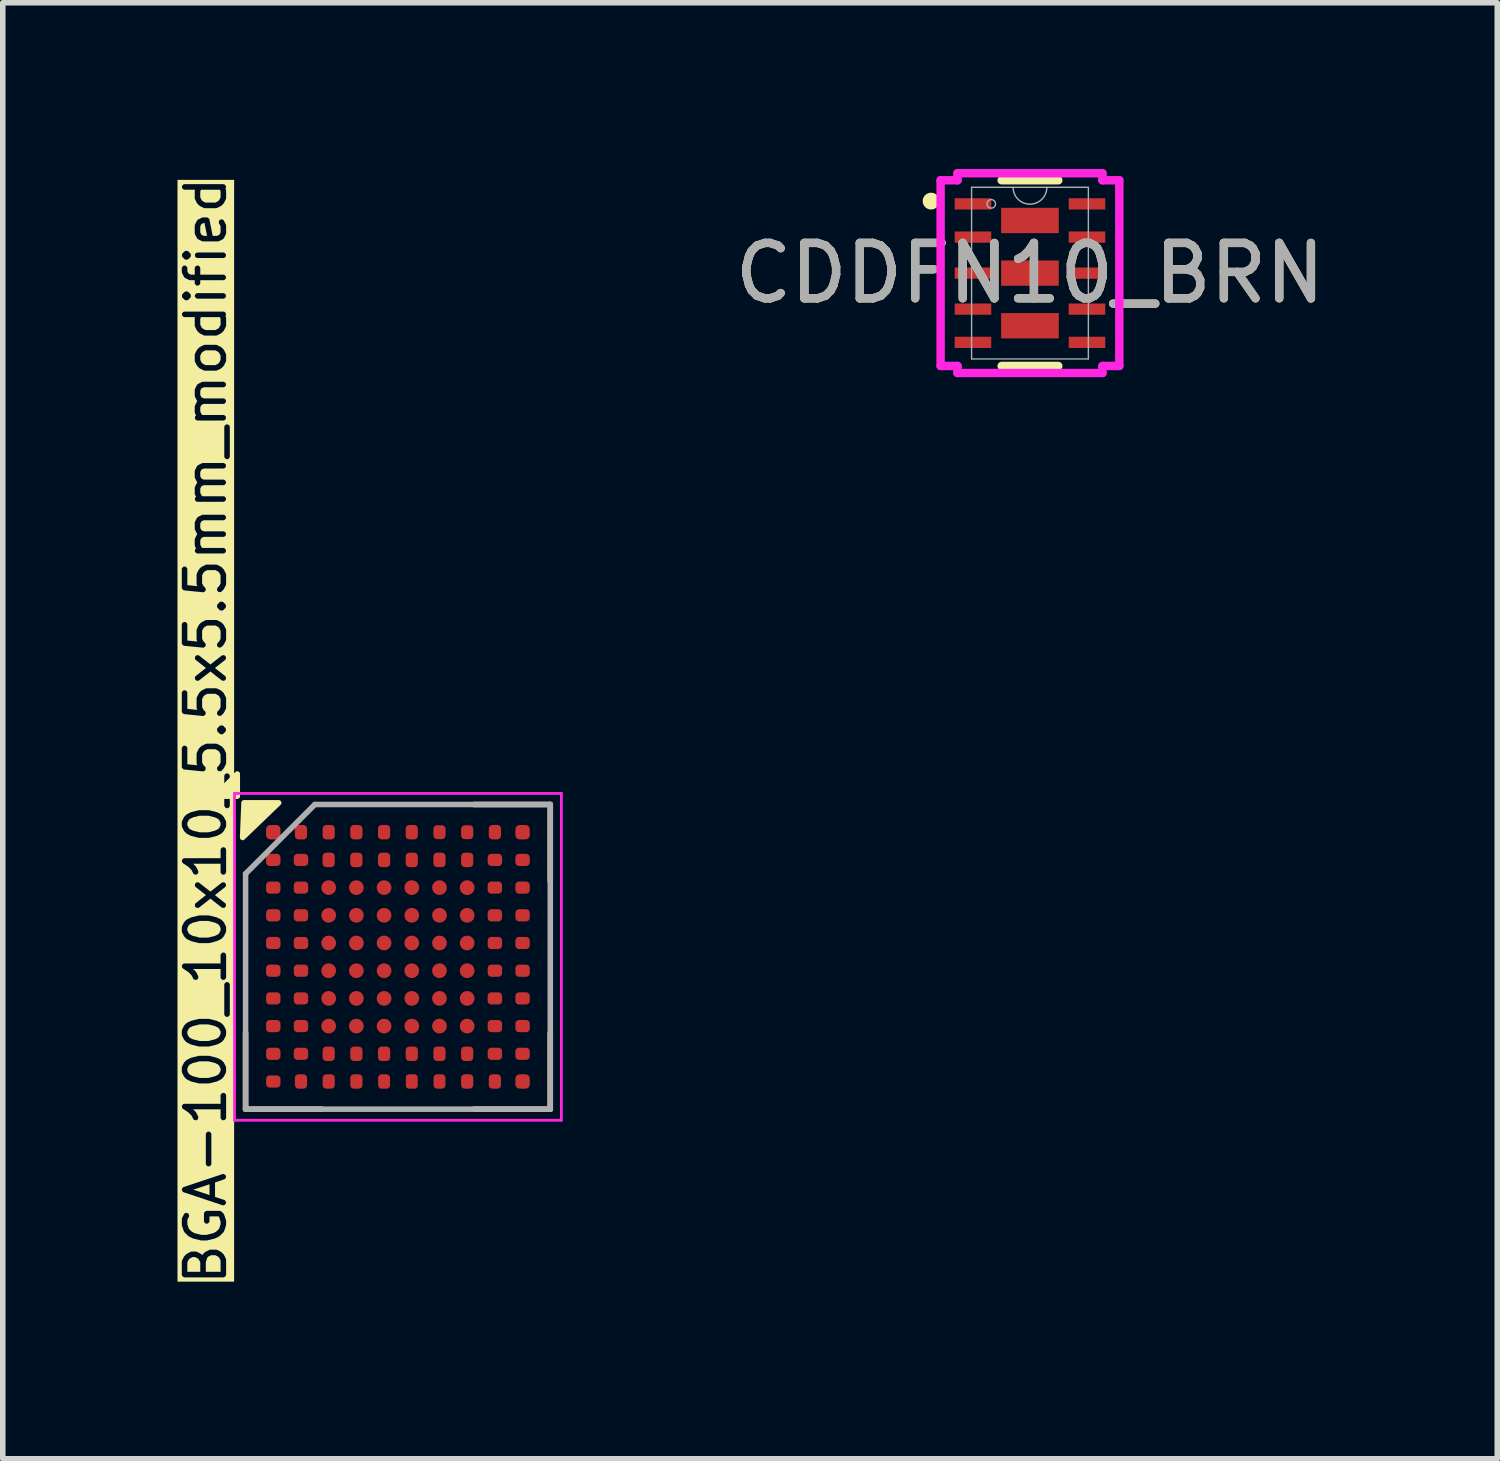
<source format=kicad_pcb>
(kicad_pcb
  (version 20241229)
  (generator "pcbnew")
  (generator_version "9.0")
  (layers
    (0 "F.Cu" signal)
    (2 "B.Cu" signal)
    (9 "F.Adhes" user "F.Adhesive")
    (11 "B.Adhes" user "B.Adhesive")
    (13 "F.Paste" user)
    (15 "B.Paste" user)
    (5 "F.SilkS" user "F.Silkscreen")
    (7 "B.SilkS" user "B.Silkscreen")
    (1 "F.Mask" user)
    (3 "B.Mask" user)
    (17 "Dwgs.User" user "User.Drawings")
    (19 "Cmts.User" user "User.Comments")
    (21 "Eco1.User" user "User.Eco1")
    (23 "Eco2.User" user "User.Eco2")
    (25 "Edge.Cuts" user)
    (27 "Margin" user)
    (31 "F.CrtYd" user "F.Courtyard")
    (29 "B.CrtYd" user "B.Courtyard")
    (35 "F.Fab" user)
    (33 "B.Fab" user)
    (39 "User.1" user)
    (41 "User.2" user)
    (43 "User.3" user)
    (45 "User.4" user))
  (footprint "CDDFN10_BRN"
    (layer "F.Cu")
    (at 15.542 1.88)
    (property "Reference" "CDDFN10_BRN" (at 0 0 0) (unlocked yes) (layer "F.SilkS") (effects (font (size 1 1) (thickness 0.15))))
    (attr smd)
    (fp_line (start -0.511 1.676) (end 0.511 1.676) (stroke (width 0.152) (type solid)) (layer "F.SilkS"))
    (fp_line (start 0.511 -1.676) (end -0.511 -1.676) (stroke (width 0.152) (type solid)) (layer "F.SilkS"))
    (fp_circle (center -1.785 -1.3) (end -1.709 -1.3) (stroke (width 0.152) (type solid)) (fill no) (layer "F.SilkS"))
    (fp_line (start -1.613 -1.676) (end -1.308 -1.676) (stroke (width 0.152) (type solid)) (layer "F.CrtYd"))
    (fp_line (start -1.613 1.676) (end -1.613 -1.676) (stroke (width 0.152) (type solid)) (layer "F.CrtYd"))
    (fp_line (start -1.613 1.676) (end -1.308 1.676) (stroke (width 0.152) (type solid)) (layer "F.CrtYd"))
    (fp_line (start -1.308 -1.803) (end 1.308 -1.803) (stroke (width 0.152) (type solid)) (layer "F.CrtYd"))
    (fp_line (start -1.308 -1.676) (end -1.308 -1.803) (stroke (width 0.152) (type solid)) (layer "F.CrtYd"))
    (fp_line (start -1.308 1.803) (end -1.308 1.676) (stroke (width 0.152) (type solid)) (layer "F.CrtYd"))
    (fp_line (start 1.308 -1.803) (end 1.308 -1.676) (stroke (width 0.152) (type solid)) (layer "F.CrtYd"))
    (fp_line (start 1.308 1.676) (end 1.308 1.803) (stroke (width 0.152) (type solid)) (layer "F.CrtYd"))
    (fp_line (start 1.308 1.803) (end -1.308 1.803) (stroke (width 0.152) (type solid)) (layer "F.CrtYd"))
    (fp_line (start 1.613 -1.676) (end 1.308 -1.676) (stroke (width 0.152) (type solid)) (layer "F.CrtYd"))
    (fp_line (start 1.613 -1.676) (end 1.613 1.676) (stroke (width 0.152) (type solid)) (layer "F.CrtYd"))
    (fp_line (start 1.613 1.676) (end 1.308 1.676) (stroke (width 0.152) (type solid)) (layer "F.CrtYd"))
    (fp_line (start -1.054 -1.549) (end -1.054 1.549) (stroke (width 0.025) (type solid)) (layer "F.Fab"))
    (fp_line (start -1.054 1.549) (end 1.054 1.549) (stroke (width 0.025) (type solid)) (layer "F.Fab"))
    (fp_line (start 1.054 -1.549) (end -1.054 -1.549) (stroke (width 0.025) (type solid)) (layer "F.Fab"))
    (fp_line (start 1.054 1.549) (end 1.054 -1.549) (stroke (width 0.025) (type solid)) (layer "F.Fab"))
    (fp_arc (start 0.3048 -1.5494) (mid 0 -1.2446) (end -0.3048 -1.5494) (stroke (width 0.0254) (type solid)) (layer "F.Fab"))
    (fp_circle (center -0.699 -1.25) (end -0.622 -1.25) (stroke (width 0.025) (type solid)) (fill no) (layer "F.Fab"))
    (fp_text user "${REFERENCE}" (at 0 0 0) (unlocked yes) (layer "F.Fab") (effects (font (size 1 1) (thickness 0.15))))
    (pad "1" smd rect (at -1.029 -1.25) (size 0.66 0.203) (layers "F.Cu" "F.Mask" "F.Paste"))
    (pad "2" smd rect (at -1.029 -0.65) (size 0.66 0.203) (layers "F.Cu" "F.Mask" "F.Paste"))
    (pad "3" smd rect (at -1.029 0) (size 0.66 0.203) (layers "F.Cu" "F.Mask" "F.Paste"))
    (pad "4" smd rect (at -1.029 0.65) (size 0.66 0.203) (layers "F.Cu" "F.Mask" "F.Paste"))
    (pad "5" smd rect (at -1.029 1.25) (size 0.66 0.203) (layers "F.Cu" "F.Mask" "F.Paste"))
    (pad "6" smd rect (at 1.029 1.25) (size 0.66 0.203) (layers "F.Cu" "F.Mask" "F.Paste"))
    (pad "7" smd rect (at 1.029 0.65) (size 0.66 0.203) (layers "F.Cu" "F.Mask" "F.Paste"))
    (pad "8" smd rect (at 1.029 0) (size 0.66 0.203) (layers "F.Cu" "F.Mask" "F.Paste"))
    (pad "9" smd rect (at 1.029 -0.65) (size 0.66 0.203) (layers "F.Cu" "F.Mask" "F.Paste"))
    (pad "10" smd rect (at 1.029 -1.25) (size 0.66 0.203) (layers "F.Cu" "F.Mask" "F.Paste"))
    (pad "11" smd rect (at 0 -0.95) (size 1.041 0.457) (layers "F.Cu" "F.Mask" "F.Paste"))
    (pad "12" smd rect (at 0 0) (size 1.041 0.457) (layers "F.Cu" "F.Mask" "F.Paste"))
    (pad "13" smd rect (at 0 0.95) (size 1.041 0.457) (layers "F.Cu" "F.Mask" "F.Paste")))
  (footprint "BGA-100_10x10_5.5x5.5mm_modified"
    (layer "F.Cu")
    (at 4.133 14.222)
    (property "Reference" "BGA-100_10x10_5.5x5.5mm_modified" (at -3.47 -4.081 270) (layer "F.SilkS" knockout) (effects (font (size 0.7 0.7) (thickness 0.1))))
    (attr through_hole)
    (fp_line (start -2.75 2.75) (end -2.75 1.37) (stroke (width 0.1) (type solid)) (layer "F.SilkS"))
    (fp_line (start -1.37 2.75) (end -2.75 2.75) (stroke (width 0.1) (type solid)) (layer "F.SilkS"))
    (fp_line (start 1.37 -2.75) (end 2.75 -2.75) (stroke (width 0.1) (type solid)) (layer "F.SilkS"))
    (fp_line (start 1.37 2.75) (end 2.75 2.75) (stroke (width 0.1) (type solid)) (layer "F.SilkS"))
    (fp_line (start 2.75 -2.75) (end 2.75 -1.37) (stroke (width 0.1) (type solid)) (layer "F.SilkS"))
    (fp_line (start 2.75 2.75) (end 2.75 1.37) (stroke (width 0.1) (type solid)) (layer "F.SilkS"))
    (fp_poly (pts (xy -2.9 -2.9) (xy -2.9 -3.3) (xy -3.3 -2.9)) (stroke (width 0.1) (type solid)) (fill yes) (layer "F.SilkS"))
    (fp_poly (pts (xy -2.778 -2.78) (xy -2.803 -2.155) (xy -2.153 -2.78)) (stroke (width 0.1) (type solid)) (fill yes) (layer "F.SilkS"))
    (fp_line (start -2.95 -2.95) (end 2.95 -2.95) (stroke (width 0.05) (type solid)) (layer "F.CrtYd"))
    (fp_line (start -2.95 2.95) (end -2.95 -2.95) (stroke (width 0.05) (type solid)) (layer "F.CrtYd"))
    (fp_line (start 2.95 -2.95) (end 2.95 2.95) (stroke (width 0.05) (type solid)) (layer "F.CrtYd"))
    (fp_line (start 2.95 2.95) (end -2.95 2.95) (stroke (width 0.05) (type solid)) (layer "F.CrtYd"))
    (fp_line (start -2.75 -1.5) (end -2.75 2.75) (stroke (width 0.1) (type solid)) (layer "F.Fab"))
    (fp_line (start -2.75 2.75) (end 2.75 2.75) (stroke (width 0.1) (type solid)) (layer "F.Fab"))
    (fp_line (start -1.5 -2.75) (end -2.75 -1.5) (stroke (width 0.1) (type solid)) (layer "F.Fab"))
    (fp_line (start 2.75 -2.75) (end -1.5 -2.75) (stroke (width 0.1) (type solid)) (layer "F.Fab"))
    (fp_line (start 2.75 2.75) (end 2.75 -2.75) (stroke (width 0.1) (type solid)) (layer "F.Fab"))
    (pad "A1" smd roundrect (at -2.25 -2.25) (size 0.26 0.26) (layers "F.Cu" "F.Mask" "F.Paste") (roundrect_rratio 0.3))
    (pad "A2" smd roundrect (at -1.75 -2.25) (size 0.22 0.26) (layers "F.Cu" "F.Mask" "F.Paste") (roundrect_rratio 0.3))
    (pad "A3" smd roundrect (at -1.25 -2.25) (size 0.22 0.26) (layers "F.Cu" "F.Mask" "F.Paste") (roundrect_rratio 0.3))
    (pad "A4" smd roundrect (at -0.75 -2.25) (size 0.22 0.26) (layers "F.Cu" "F.Mask" "F.Paste") (roundrect_rratio 0.3))
    (pad "A5" smd roundrect (at -0.25 -2.25) (size 0.22 0.26) (layers "F.Cu" "F.Mask" "F.Paste") (roundrect_rratio 0.3))
    (pad "A6" smd roundrect (at 0.25 -2.25) (size 0.22 0.26) (layers "F.Cu" "F.Mask" "F.Paste") (roundrect_rratio 0.3))
    (pad "A7" smd roundrect (at 0.75 -2.25) (size 0.22 0.25) (layers "F.Cu" "F.Mask" "F.Paste") (roundrect_rratio 0.3))
    (pad "A8" smd roundrect (at 1.25 -2.25) (size 0.22 0.25) (layers "F.Cu" "F.Mask" "F.Paste") (roundrect_rratio 0.3))
    (pad "A9" smd roundrect (at 1.75 -2.25) (size 0.22 0.26) (layers "F.Cu" "F.Mask" "F.Paste") (roundrect_rratio 0.3))
    (pad "A10" smd roundrect (at 2.25 -2.25) (size 0.26 0.26) (layers "F.Cu" "F.Mask" "F.Paste") (roundrect_rratio 0.3))
    (pad "B1" smd roundrect (at -2.25 -1.75) (size 0.26 0.22) (layers "F.Cu" "F.Mask" "F.Paste") (roundrect_rratio 0.3))
    (pad "B2" smd roundrect (at -1.75 -1.75) (size 0.26 0.22) (layers "F.Cu" "F.Mask" "F.Paste") (roundrect_rratio 0.3))
    (pad "B3" smd roundrect (at -1.25 -1.75) (size 0.22 0.26) (layers "F.Cu" "F.Mask" "F.Paste") (roundrect_rratio 0.3))
    (pad "B4" smd roundrect (at -0.75 -1.75) (size 0.22 0.26) (layers "F.Cu" "F.Mask" "F.Paste") (roundrect_rratio 0.3))
    (pad "B5" smd roundrect (at -0.25 -1.75) (size 0.22 0.26) (layers "F.Cu" "F.Mask" "F.Paste") (roundrect_rratio 0.3))
    (pad "B6" smd roundrect (at 0.25 -1.75) (size 0.22 0.26) (layers "F.Cu" "F.Mask" "F.Paste") (roundrect_rratio 0.3))
    (pad "B7" smd roundrect (at 0.75 -1.75) (size 0.22 0.26) (layers "F.Cu" "F.Mask" "F.Paste") (roundrect_rratio 0.3))
    (pad "B8" smd roundrect (at 1.25 -1.75) (size 0.22 0.26) (layers "F.Cu" "F.Mask" "F.Paste") (roundrect_rratio 0.3))
    (pad "B9" smd roundrect (at 1.75 -1.75) (size 0.26 0.22) (layers "F.Cu" "F.Mask" "F.Paste") (roundrect_rratio 0.3))
    (pad "B10" smd roundrect (at 2.25 -1.75) (size 0.26 0.22) (layers "F.Cu" "F.Mask" "F.Paste") (roundrect_rratio 0.3))
    (pad "C1" smd roundrect (at -2.25 -1.25) (size 0.26 0.22) (layers "F.Cu" "F.Mask" "F.Paste") (roundrect_rratio 0.3))
    (pad "C2" smd roundrect (at -1.75 -1.25) (size 0.26 0.22) (layers "F.Cu" "F.Mask" "F.Paste") (roundrect_rratio 0.3))
    (pad "C3" smd circle (at -1.25 -1.25) (size 0.265 0.265) (layers "F.Cu" "F.Mask" "F.Paste"))
    (pad "C4" smd circle (at -0.75 -1.25) (size 0.265 0.265) (layers "F.Cu" "F.Mask" "F.Paste"))
    (pad "C5" smd circle (at -0.25 -1.25) (size 0.265 0.265) (layers "F.Cu" "F.Mask" "F.Paste"))
    (pad "C6" smd circle (at 0.25 -1.25) (size 0.265 0.265) (layers "F.Cu" "F.Mask" "F.Paste"))
    (pad "C7" smd circle (at 0.75 -1.25) (size 0.265 0.265) (layers "F.Cu" "F.Mask" "F.Paste"))
    (pad "C8" smd circle (at 1.25 -1.25) (size 0.265 0.265) (layers "F.Cu" "F.Mask" "F.Paste"))
    (pad "C9" smd roundrect (at 1.75 -1.25) (size 0.26 0.22) (layers "F.Cu" "F.Mask" "F.Paste") (roundrect_rratio 0.3))
    (pad "C10" smd roundrect (at 2.25 -1.25) (size 0.26 0.22) (layers "F.Cu" "F.Mask" "F.Paste") (roundrect_rratio 0.3))
    (pad "D1" smd roundrect (at -2.25 -0.75) (size 0.26 0.22) (layers "F.Cu" "F.Mask" "F.Paste") (roundrect_rratio 0.3))
    (pad "D2" smd roundrect (at -1.75 -0.75) (size 0.26 0.22) (layers "F.Cu" "F.Mask" "F.Paste") (roundrect_rratio 0.3))
    (pad "D3" smd circle (at -1.25 -0.75) (size 0.265 0.265) (layers "F.Cu" "F.Mask" "F.Paste"))
    (pad "D4" smd circle (at -0.75 -0.75) (size 0.265 0.265) (layers "F.Cu" "F.Mask" "F.Paste"))
    (pad "D5" smd circle (at -0.25 -0.75) (size 0.265 0.265) (layers "F.Cu" "F.Mask" "F.Paste"))
    (pad "D6" smd circle (at 0.25 -0.75) (size 0.265 0.265) (layers "F.Cu" "F.Mask" "F.Paste"))
    (pad "D7" smd circle (at 0.75 -0.75) (size 0.265 0.265) (layers "F.Cu" "F.Mask" "F.Paste"))
    (pad "D8" smd circle (at 1.25 -0.75) (size 0.265 0.265) (layers "F.Cu" "F.Mask" "F.Paste"))
    (pad "D9" smd roundrect (at 1.75 -0.75) (size 0.26 0.22) (layers "F.Cu" "F.Mask" "F.Paste") (roundrect_rratio 0.3))
    (pad "D10" smd roundrect (at 2.25 -0.75) (size 0.26 0.22) (layers "F.Cu" "F.Mask" "F.Paste") (roundrect_rratio 0.3))
    (pad "E1" smd roundrect (at -2.25 -0.25) (size 0.26 0.22) (layers "F.Cu" "F.Mask" "F.Paste") (roundrect_rratio 0.3))
    (pad "E2" smd roundrect (at -1.75 -0.25) (size 0.26 0.22) (layers "F.Cu" "F.Mask" "F.Paste") (roundrect_rratio 0.3))
    (pad "E3" smd circle (at -1.25 -0.25) (size 0.265 0.265) (layers "F.Cu" "F.Mask" "F.Paste"))
    (pad "E4" smd circle (at -0.75 -0.25) (size 0.265 0.265) (layers "F.Cu" "F.Mask" "F.Paste"))
    (pad "E5" smd circle (at -0.25 -0.25) (size 0.265 0.265) (layers "F.Cu" "F.Mask" "F.Paste"))
    (pad "E6" smd circle (at 0.25 -0.25) (size 0.265 0.265) (layers "F.Cu" "F.Mask" "F.Paste"))
    (pad "E7" smd circle (at 0.75 -0.25) (size 0.265 0.265) (layers "F.Cu" "F.Mask" "F.Paste"))
    (pad "E8" smd circle (at 1.25 -0.25) (size 0.265 0.265) (layers "F.Cu" "F.Mask" "F.Paste"))
    (pad "E9" smd roundrect (at 1.75 -0.25) (size 0.26 0.22) (layers "F.Cu" "F.Mask" "F.Paste") (roundrect_rratio 0.3))
    (pad "E10" smd roundrect (at 2.25 -0.25) (size 0.26 0.22) (layers "F.Cu" "F.Mask" "F.Paste") (roundrect_rratio 0.3))
    (pad "F1" smd roundrect (at -2.25 0.25) (size 0.26 0.22) (layers "F.Cu" "F.Mask" "F.Paste") (roundrect_rratio 0.3))
    (pad "F2" smd roundrect (at -1.75 0.25) (size 0.26 0.22) (layers "F.Cu" "F.Mask" "F.Paste") (roundrect_rratio 0.3))
    (pad "F3" smd circle (at -1.25 0.25) (size 0.265 0.265) (layers "F.Cu" "F.Mask" "F.Paste"))
    (pad "F4" smd circle (at -0.75 0.25) (size 0.265 0.265) (layers "F.Cu" "F.Mask" "F.Paste"))
    (pad "F5" smd circle (at -0.25 0.25) (size 0.265 0.265) (layers "F.Cu" "F.Mask" "F.Paste"))
    (pad "F6" smd circle (at 0.25 0.25) (size 0.265 0.265) (layers "F.Cu" "F.Mask" "F.Paste"))
    (pad "F7" smd circle (at 0.75 0.25) (size 0.265 0.265) (layers "F.Cu" "F.Mask" "F.Paste"))
    (pad "F8" smd circle (at 1.25 0.25) (size 0.265 0.265) (layers "F.Cu" "F.Mask" "F.Paste"))
    (pad "F9" smd roundrect (at 1.75 0.25) (size 0.26 0.22) (layers "F.Cu" "F.Mask" "F.Paste") (roundrect_rratio 0.3))
    (pad "F10" smd roundrect (at 2.25 0.25) (size 0.26 0.22) (layers "F.Cu" "F.Mask" "F.Paste") (roundrect_rratio 0.3))
    (pad "G1" smd roundrect (at -2.25 0.75) (size 0.26 0.22) (layers "F.Cu" "F.Mask" "F.Paste") (roundrect_rratio 0.3))
    (pad "G2" smd roundrect (at -1.75 0.75) (size 0.26 0.22) (layers "F.Cu" "F.Mask" "F.Paste") (roundrect_rratio 0.3))
    (pad "G3" smd circle (at -1.25 0.75) (size 0.265 0.265) (layers "F.Cu" "F.Mask" "F.Paste"))
    (pad "G4" smd circle (at -0.75 0.75) (size 0.265 0.265) (layers "F.Cu" "F.Mask" "F.Paste"))
    (pad "G5" smd circle (at -0.25 0.75) (size 0.265 0.265) (layers "F.Cu" "F.Mask" "F.Paste"))
    (pad "G6" smd circle (at 0.25 0.75) (size 0.265 0.265) (layers "F.Cu" "F.Mask" "F.Paste"))
    (pad "G7" smd circle (at 0.75 0.75) (size 0.265 0.265) (layers "F.Cu" "F.Mask" "F.Paste"))
    (pad "G8" smd circle (at 1.25 0.75) (size 0.265 0.265) (layers "F.Cu" "F.Mask" "F.Paste"))
    (pad "G9" smd roundrect (at 1.75 0.75) (size 0.26 0.22) (layers "F.Cu" "F.Mask" "F.Paste") (roundrect_rratio 0.3))
    (pad "G10" smd roundrect (at 2.25 0.75) (size 0.26 0.22) (layers "F.Cu" "F.Mask" "F.Paste") (roundrect_rratio 0.3))
    (pad "H1" smd roundrect (at -2.25 1.25) (size 0.26 0.22) (layers "F.Cu" "F.Mask" "F.Paste") (roundrect_rratio 0.3))
    (pad "H2" smd roundrect (at -1.75 1.25) (size 0.26 0.22) (layers "F.Cu" "F.Mask" "F.Paste") (roundrect_rratio 0.3))
    (pad "H3" smd circle (at -1.25 1.25) (size 0.265 0.265) (layers "F.Cu" "F.Mask" "F.Paste"))
    (pad "H4" smd circle (at -0.75 1.25) (size 0.265 0.265) (layers "F.Cu" "F.Mask" "F.Paste"))
    (pad "H5" smd circle (at -0.25 1.25) (size 0.265 0.265) (layers "F.Cu" "F.Mask" "F.Paste"))
    (pad "H6" smd circle (at 0.25 1.25) (size 0.265 0.265) (layers "F.Cu" "F.Mask" "F.Paste"))
    (pad "H7" smd circle (at 0.75 1.25) (size 0.265 0.265) (layers "F.Cu" "F.Mask" "F.Paste"))
    (pad "H8" smd circle (at 1.25 1.25) (size 0.265 0.265) (layers "F.Cu" "F.Mask" "F.Paste"))
    (pad "H9" smd roundrect (at 1.75 1.25) (size 0.26 0.22) (layers "F.Cu" "F.Mask" "F.Paste") (roundrect_rratio 0.3))
    (pad "H10" smd roundrect (at 2.25 1.25) (size 0.26 0.22) (layers "F.Cu" "F.Mask" "F.Paste") (roundrect_rratio 0.3))
    (pad "J1" smd roundrect (at -2.25 1.75) (size 0.26 0.22) (layers "F.Cu" "F.Mask" "F.Paste") (roundrect_rratio 0.3))
    (pad "J2" smd roundrect (at -1.75 1.75) (size 0.26 0.22) (layers "F.Cu" "F.Mask" "F.Paste") (roundrect_rratio 0.3))
    (pad "J3" smd roundrect (at -1.25 1.75) (size 0.22 0.26) (layers "F.Cu" "F.Mask" "F.Paste") (roundrect_rratio 0.3))
    (pad "J4" smd roundrect (at -0.75 1.75) (size 0.22 0.26) (layers "F.Cu" "F.Mask" "F.Paste") (roundrect_rratio 0.3))
    (pad "J5" smd roundrect (at -0.25 1.75) (size 0.22 0.26) (layers "F.Cu" "F.Mask" "F.Paste") (roundrect_rratio 0.3))
    (pad "J6" smd roundrect (at 0.25 1.75) (size 0.22 0.26) (layers "F.Cu" "F.Mask" "F.Paste") (roundrect_rratio 0.3))
    (pad "J7" smd roundrect (at 0.75 1.75) (size 0.22 0.26) (layers "F.Cu" "F.Mask" "F.Paste") (roundrect_rratio 0.3))
    (pad "J8" smd roundrect (at 1.25 1.75) (size 0.22 0.26) (layers "F.Cu" "F.Mask" "F.Paste") (roundrect_rratio 0.3))
    (pad "J9" smd roundrect (at 1.75 1.75) (size 0.26 0.22) (layers "F.Cu" "F.Mask" "F.Paste") (roundrect_rratio 0.3))
    (pad "J10" smd roundrect (at 2.25 1.75) (size 0.26 0.22) (layers "F.Cu" "F.Mask" "F.Paste") (roundrect_rratio 0.3))
    (pad "K1" smd roundrect (at -2.25 2.25) (size 0.26 0.22) (layers "F.Cu" "F.Mask" "F.Paste") (roundrect_rratio 0.3))
    (pad "K2" smd roundrect (at -1.75 2.25) (size 0.22 0.26) (layers "F.Cu" "F.Mask" "F.Paste") (roundrect_rratio 0.3))
    (pad "K3" smd roundrect (at -1.25 2.25) (size 0.22 0.26) (layers "F.Cu" "F.Mask" "F.Paste") (roundrect_rratio 0.3))
    (pad "K4" smd roundrect (at -0.75 2.25) (size 0.22 0.26) (layers "F.Cu" "F.Mask" "F.Paste") (roundrect_rratio 0.3))
    (pad "K5" smd roundrect (at -0.25 2.25) (size 0.215 0.26) (layers "F.Cu" "F.Mask" "F.Paste") (roundrect_rratio 0.3))
    (pad "K6" smd roundrect (at 0.25 2.25) (size 0.215 0.26) (layers "F.Cu" "F.Mask" "F.Paste") (roundrect_rratio 0.26))
    (pad "K7" smd roundrect (at 0.75 2.25) (size 0.215 0.26) (layers "F.Cu" "F.Mask" "F.Paste") (roundrect_rratio 0.3))
    (pad "K8" smd roundrect (at 1.25 2.25) (size 0.22 0.26) (layers "F.Cu" "F.Mask" "F.Paste") (roundrect_rratio 0.3))
    (pad "K9" smd roundrect (at 1.75 2.25) (size 0.22 0.26) (layers "F.Cu" "F.Mask" "F.Paste") (roundrect_rratio 0.3))
    (pad "K10" smd roundrect (at 2.25 2.25) (size 0.26 0.26) (layers "F.Cu" "F.Mask" "F.Paste") (roundrect_rratio 0.3)))
  (gr_rect
    (start -3 -3)
    (end 23.977 23.282)
    (stroke (width 0.1) (type default))
    (fill no)
    (layer "Edge.Cuts")))
</source>
